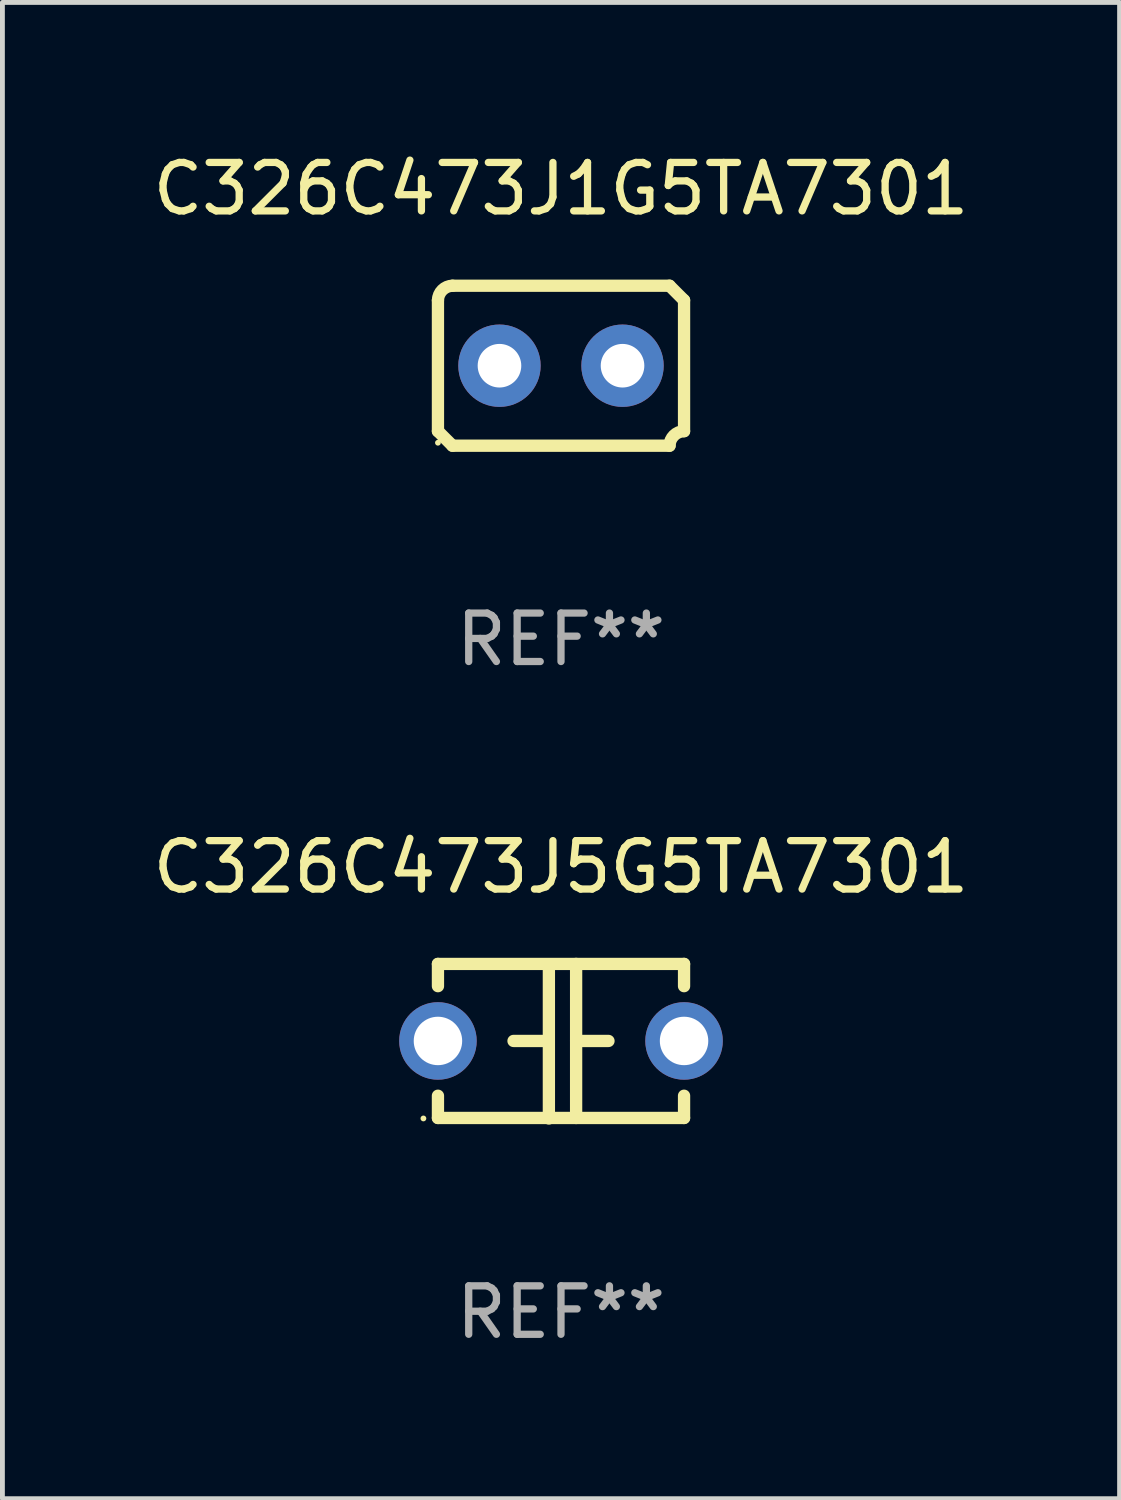
<source format=kicad_pcb>
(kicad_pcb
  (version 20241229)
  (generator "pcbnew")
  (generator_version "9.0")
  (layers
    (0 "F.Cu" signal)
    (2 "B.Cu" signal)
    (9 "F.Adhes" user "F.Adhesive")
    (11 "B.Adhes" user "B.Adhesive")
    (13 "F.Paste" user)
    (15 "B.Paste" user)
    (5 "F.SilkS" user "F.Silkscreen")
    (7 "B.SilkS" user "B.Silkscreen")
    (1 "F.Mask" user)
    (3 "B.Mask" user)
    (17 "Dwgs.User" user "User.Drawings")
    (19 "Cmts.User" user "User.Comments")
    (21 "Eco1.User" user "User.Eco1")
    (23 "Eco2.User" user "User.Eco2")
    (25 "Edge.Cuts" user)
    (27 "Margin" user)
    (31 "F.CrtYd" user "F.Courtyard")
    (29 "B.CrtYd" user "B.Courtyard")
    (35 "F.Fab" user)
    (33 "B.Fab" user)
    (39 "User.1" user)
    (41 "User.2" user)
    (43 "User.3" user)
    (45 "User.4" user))
  (footprint "C326C473J5G5TA7301"
    (layer "F.Cu")
    (at 8.53 18.442)
    (property "Reference" "C326C473J5G5TA7301" (at 0 -3.595 0) (layer "F.SilkS") (effects (font (size 1 1) (thickness 0.15))))
    (attr through_hole)
    (fp_line (start -2.54 -1.595) (end -2.54 -1.136) (stroke (width 0.254) (type solid)) (layer "F.SilkS"))
    (fp_line (start -2.54 -1.595) (end 2.54 -1.595) (stroke (width 0.254) (type solid)) (layer "F.SilkS"))
    (fp_line (start -2.54 1.126) (end -2.54 1.585) (stroke (width 0.254) (type solid)) (layer "F.SilkS"))
    (fp_line (start -0.312 -0.005) (end -0.98 -0.005) (stroke (width 0.254) (type solid)) (layer "F.SilkS"))
    (fp_line (start -0.25 -1.585) (end -0.25 1.595) (stroke (width 0.254) (type solid)) (layer "F.SilkS"))
    (fp_line (start 0.312 -1.595) (end 0.312 1.585) (stroke (width 0.254) (type solid)) (layer "F.SilkS"))
    (fp_line (start 0.312 -0.005) (end 0.98 -0.005) (stroke (width 0.254) (type solid)) (layer "F.SilkS"))
    (fp_line (start 2.54 -1.595) (end 2.54 -1.136) (stroke (width 0.254) (type solid)) (layer "F.SilkS"))
    (fp_line (start 2.54 1.126) (end 2.54 1.585) (stroke (width 0.254) (type solid)) (layer "F.SilkS"))
    (fp_line (start 2.54 1.585) (end -2.54 1.585) (stroke (width 0.254) (type solid)) (layer "F.SilkS"))
    (fp_circle (center -2.84 1.595) (end -2.81 1.595) (stroke (width 0.06) (type solid)) (fill no) (layer "F.SilkS"))
    (fp_text user "REF**" (at 0 5.595 0) (layer "F.Fab") (effects (font (size 1 1) (thickness 0.15))))
    (pad "1" thru_hole circle (at -2.54 -0.005) (size 1.6 1.6) (drill 1) (layers "*.Cu" "*.Mask"))
    (pad "2" thru_hole circle (at 2.54 -0.005) (size 1.6 1.6) (drill 1) (layers "*.Cu" "*.Mask")))
  (footprint "C326C473J1G5TA7301"
    (layer "F.Cu")
    (at 8.53 4.499)
    (property "Reference" "C326C473J1G5TA7301" (at 0 -3.651 0) (layer "F.SilkS") (effects (font (size 1 1) (thickness 0.15))))
    (attr through_hole)
    (fp_line (start -2.54 -1.351) (end -2.54 1.351) (stroke (width 0.254) (type solid)) (layer "F.SilkS"))
    (fp_line (start -2.24 -1.651) (end 2.24 -1.651) (stroke (width 0.254) (type solid)) (layer "F.SilkS"))
    (fp_line (start 2.24 1.651) (end -2.24 1.651) (stroke (width 0.254) (type solid)) (layer "F.SilkS"))
    (fp_line (start 2.54 1.351) (end 2.54 -1.351) (stroke (width 0.254) (type solid)) (layer "F.SilkS"))
    (fp_arc (start -2.540005 -1.351283) (mid -2.450115 -1.561309) (end -2.240005 -1.651003) (stroke (width 0.254001) (type solid)) (layer "F.SilkS"))
    (fp_arc (start -2.240287 1.651001) (mid -2.390163 1.501019) (end -2.540005 1.351003) (stroke (width 0.254001) (type solid)) (layer "F.SilkS"))
    (fp_arc (start 2.240005 1.651003) (mid 2.329934 1.441015) (end 2.540005 1.351282) (stroke (width 0.254001) (type solid)) (layer "F.SilkS"))
    (fp_arc (start 2.540005 -1.351003) (mid 2.389393 -1.500252) (end 2.240284 -1.651003) (stroke (width 0.254001) (type solid)) (layer "F.SilkS"))
    (fp_circle (center -2.54 1.59) (end -2.51 1.59) (stroke (width 0.06) (type solid)) (fill no) (layer "F.SilkS"))
    (fp_text user "REF**" (at 0 5.651 0) (layer "F.Fab") (effects (font (size 1 1) (thickness 0.15))))
    (pad "1" thru_hole circle (at -1.27 0) (size 1.7 1.7) (drill 0.9) (layers "*.Cu" "*.Mask"))
    (pad "2" thru_hole circle (at 1.27 0) (size 1.7 1.7) (drill 0.9) (layers "*.Cu" "*.Mask")))
  (gr_rect
    (start -3 -3)
    (end 20.06 27.885)
    (stroke (width 0.1) (type default))
    (fill no)
    (layer "Edge.Cuts")))
</source>
